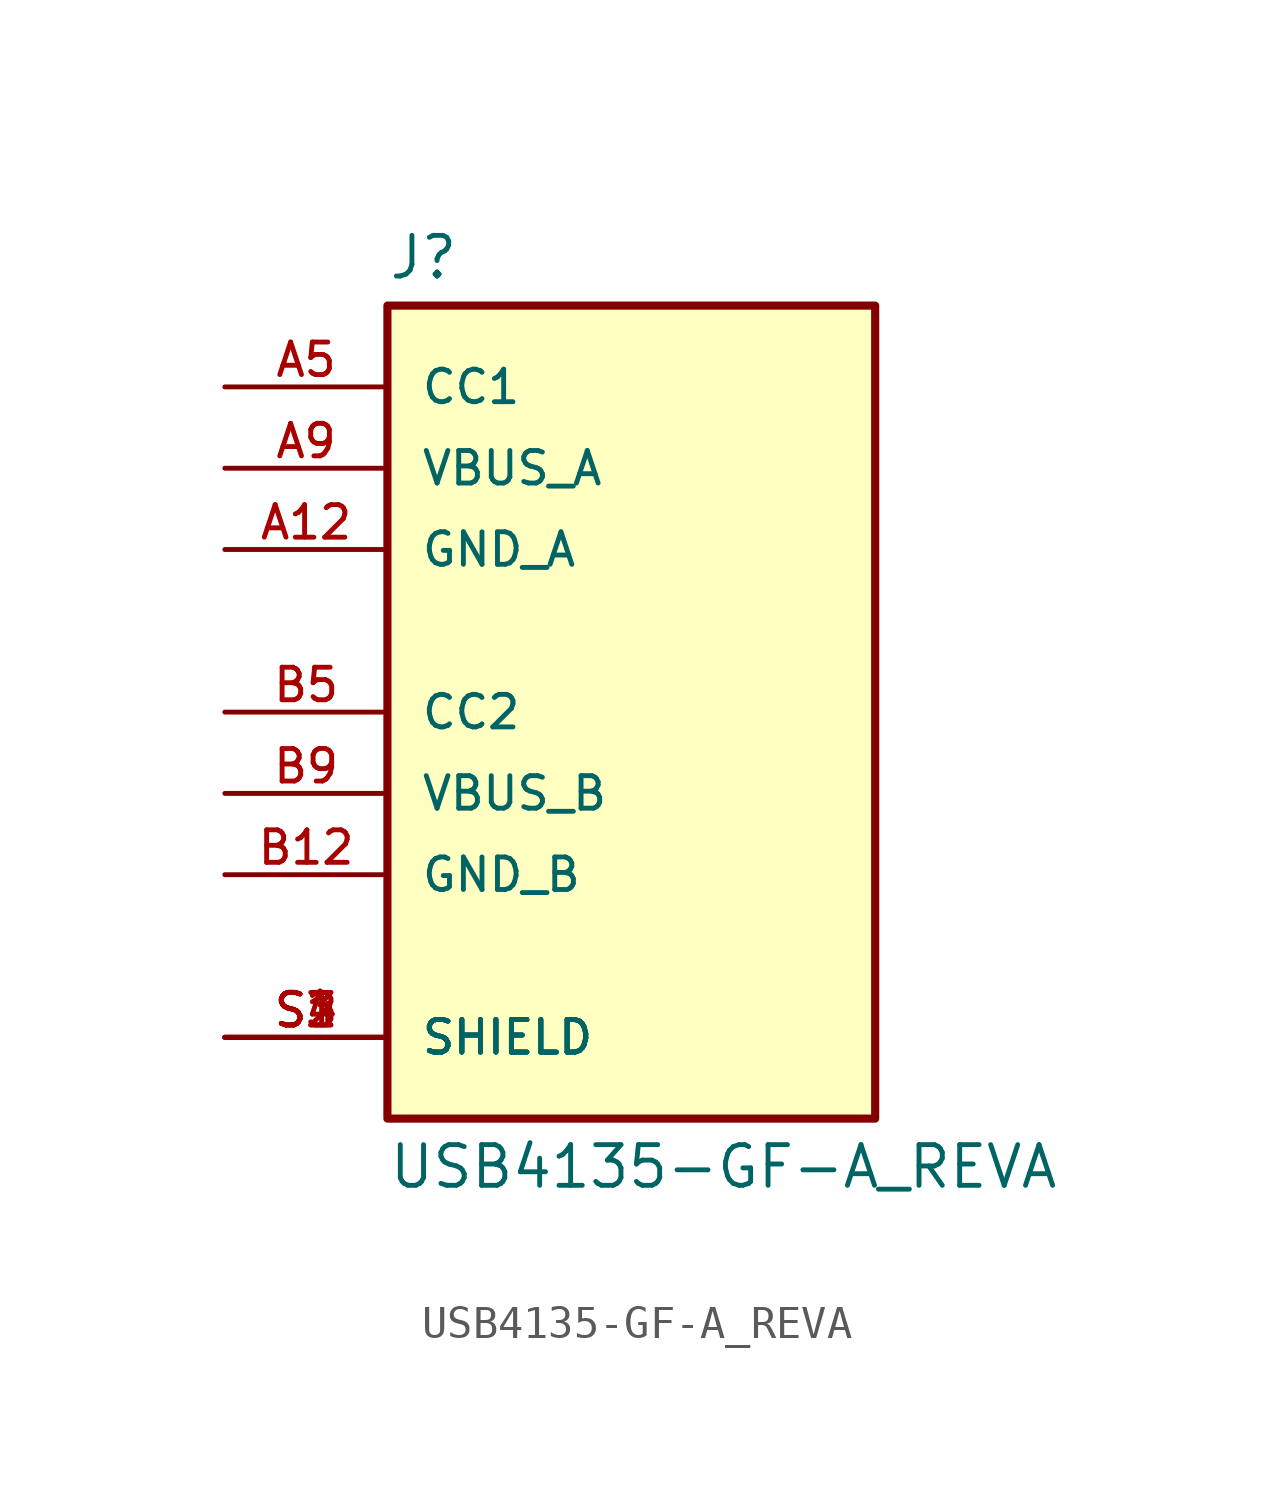
<source format=kicad_sym>
(kicad_symbol_lib
  (version 20211014)
  (generator kicad_symbol_editor)
  (symbol "USB4135-GF-A_REVA"
    (pin_names
      (offset 1.016))
    (property "Reference" "J"
      (at -7.62 13.462 0)
      (effects (font (size 1.27 1.27)) (justify bottom left)))
    (property "Value" "USB4135-GF-A_REVA"
      (at -7.62 -13.462 0.0)
      (effects (font (size 1.27 1.27)) (justify top left)))
    (symbol "USB4135-GF-A_REVA_0_0"
      (rectangle (start -7.62 -12.7) (end 7.62 12.7) (stroke (width 0.254)) (fill (type background)))
      (pin power_in line (at -12.7 5.08 0) (length 5.08) (name "GND_A" (effects (font (size 1.016 1.016)))) (number "A12" (effects (font (size 1.016 1.016)))))
      (pin power_in line (at -12.7 7.62 0) (length 5.08) (name "VBUS_A" (effects (font (size 1.016 1.016)))) (number "A9" (effects (font (size 1.016 1.016)))))
      (pin bidirectional line (at -12.7 10.16 0) (length 5.08) (name "CC1" (effects (font (size 1.016 1.016)))) (number "A5" (effects (font (size 1.016 1.016)))))
      (pin passive line (at -12.7 -10.16 0) (length 5.08) (name "SHIELD" (effects (font (size 1.016 1.016)))) (number "S1" (effects (font (size 1.016 1.016)))))
      (pin passive line (at -12.7 -10.16 0) (length 5.08) (name "SHIELD" (effects (font (size 1.016 1.016)))) (number "S2" (effects (font (size 1.016 1.016)))))
      (pin passive line (at -12.7 -10.16 0) (length 5.08) (name "SHIELD" (effects (font (size 1.016 1.016)))) (number "S3" (effects (font (size 1.016 1.016)))))
      (pin passive line (at -12.7 -10.16 0) (length 5.08) (name "SHIELD" (effects (font (size 1.016 1.016)))) (number "S4" (effects (font (size 1.016 1.016)))))
      (pin power_in line (at -12.7 -5.08 0) (length 5.08) (name "GND_B" (effects (font (size 1.016 1.016)))) (number "B12" (effects (font (size 1.016 1.016)))))
      (pin power_in line (at -12.7 -2.54 0) (length 5.08) (name "VBUS_B" (effects (font (size 1.016 1.016)))) (number "B9" (effects (font (size 1.016 1.016)))))
      (pin bidirectional line (at -12.7 0.0 0) (length 5.08) (name "CC2" (effects (font (size 1.016 1.016)))) (number "B5" (effects (font (size 1.016 1.016))))))))
</source>
